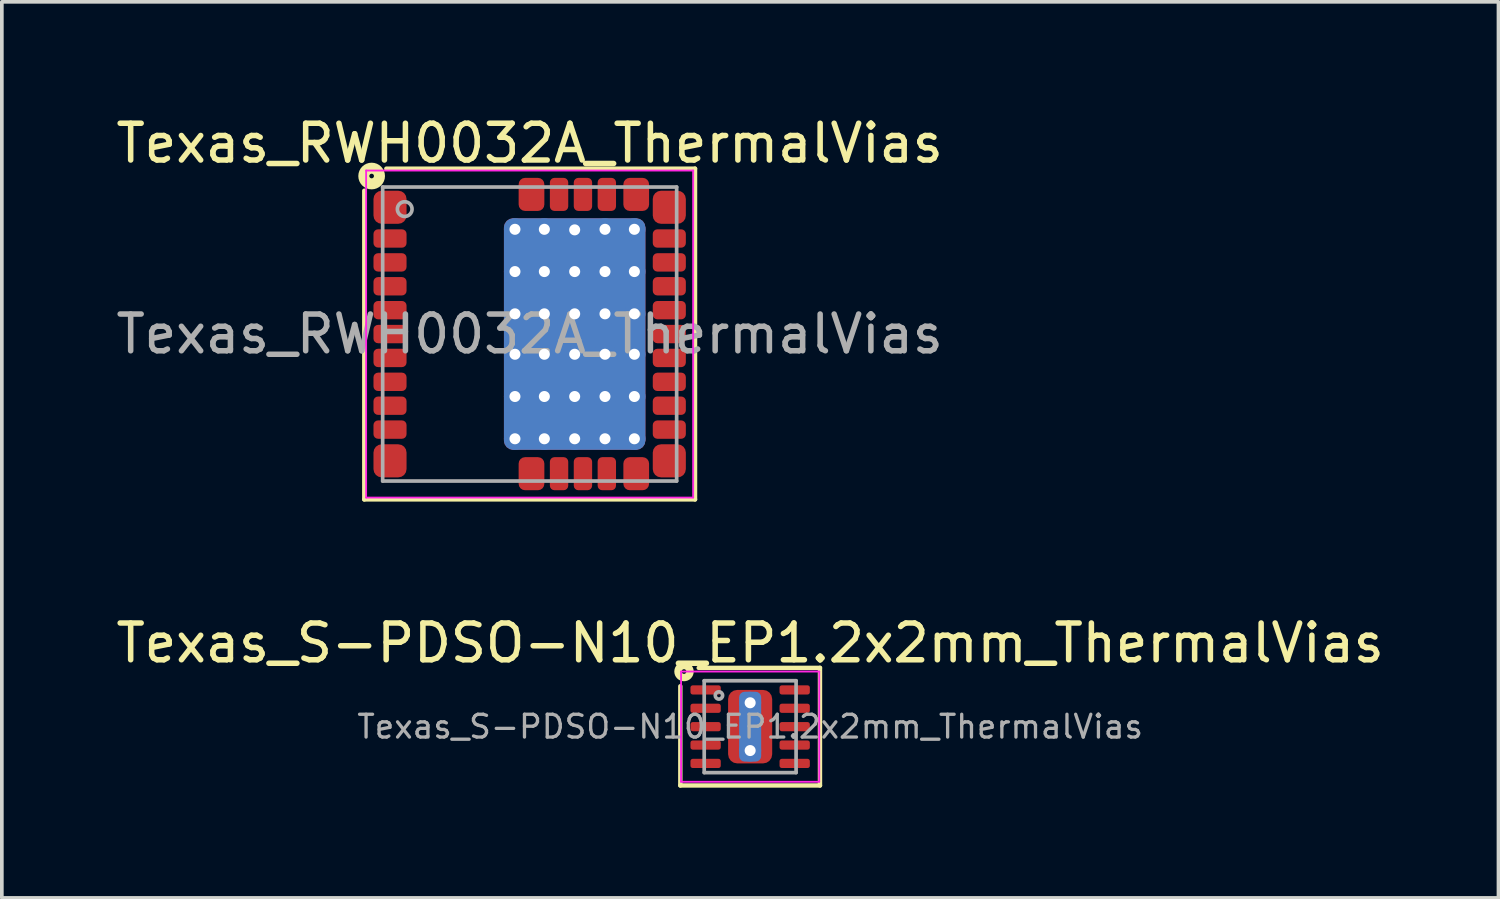
<source format=kicad_pcb>
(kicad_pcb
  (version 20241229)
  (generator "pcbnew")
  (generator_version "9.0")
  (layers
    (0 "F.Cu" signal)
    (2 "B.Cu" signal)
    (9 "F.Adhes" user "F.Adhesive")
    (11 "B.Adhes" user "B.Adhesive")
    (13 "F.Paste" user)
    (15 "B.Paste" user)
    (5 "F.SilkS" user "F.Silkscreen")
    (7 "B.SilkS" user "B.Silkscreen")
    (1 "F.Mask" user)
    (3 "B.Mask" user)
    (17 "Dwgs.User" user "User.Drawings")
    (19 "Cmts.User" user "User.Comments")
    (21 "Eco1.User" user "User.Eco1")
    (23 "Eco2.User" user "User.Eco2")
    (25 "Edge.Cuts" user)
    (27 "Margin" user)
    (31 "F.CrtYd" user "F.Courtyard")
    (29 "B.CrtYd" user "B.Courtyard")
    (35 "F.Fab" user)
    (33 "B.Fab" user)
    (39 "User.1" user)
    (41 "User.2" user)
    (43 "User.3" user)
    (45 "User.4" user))
  (footprint "Texas_S-PDSO-N10_EP1.2x2mm_ThermalVias"
    (layer "F.Cu")
    (at 17.363 16.724)
    (property "Reference" "Texas_S-PDSO-N10_EP1.2x2mm_ThermalVias" (at 0 -2.276 0) (layer "F.SilkS") (effects (font (size 1 1) (thickness 0.15))))
    (attr smd)
    (fp_line (start -1.9 -1.1) (end -1.9 1.6) (stroke (width 0.12) (type solid)) (layer "F.SilkS"))
    (fp_line (start -1.9 1.6) (end 1.9 1.6) (stroke (width 0.12) (type solid)) (layer "F.SilkS"))
    (fp_line (start 1.9 -1.6) (end -1.4 -1.6) (stroke (width 0.12) (type solid)) (layer "F.SilkS"))
    (fp_line (start 1.9 1.6) (end 1.9 -1.6) (stroke (width 0.12) (type solid)) (layer "F.SilkS"))
    (fp_circle (center -1.8 -1.5) (end -1.736 -1.5) (stroke (width 0.2) (type solid)) (fill no) (layer "F.SilkS"))
    (fp_line (start -1.88 -1.5) (end -1.88 1.5) (stroke (width 0.05) (type solid)) (layer "F.CrtYd"))
    (fp_line (start -1.88 1.5) (end 1.88 1.5) (stroke (width 0.05) (type solid)) (layer "F.CrtYd"))
    (fp_line (start 1.88 -1.5) (end -1.88 -1.5) (stroke (width 0.05) (type solid)) (layer "F.CrtYd"))
    (fp_line (start 1.88 1.5) (end 1.88 -1.5) (stroke (width 0.05) (type solid)) (layer "F.CrtYd"))
    (fp_line (start -1.25 -1.25) (end 1.25 -1.25) (stroke (width 0.1) (type solid)) (layer "F.Fab"))
    (fp_line (start -1.25 1.25) (end -1.25 -1.25) (stroke (width 0.1) (type solid)) (layer "F.Fab"))
    (fp_line (start 1.25 -1.25) (end 1.25 1.25) (stroke (width 0.1) (type solid)) (layer "F.Fab"))
    (fp_line (start 1.25 1.25) (end -1.25 1.25) (stroke (width 0.1) (type solid)) (layer "F.Fab"))
    (fp_circle (center -0.85 -0.85) (end -0.75 -0.85) (stroke (width 0.1) (type solid)) (fill no) (layer "F.Fab"))
    (fp_text user "${REFERENCE}" (at 0 0 0) (layer "F.Fab") (effects (font (size 0.62 0.62) (thickness 0.09))))
    (pad "" smd roundrect (at -0.3 -0.5) (size 0.5 0.84) (layers "F.Paste") (roundrect_rratio 0.25))
    (pad "" smd roundrect (at -0.3 0.5) (size 0.5 0.84) (layers "F.Paste") (roundrect_rratio 0.25))
    (pad "" smd roundrect (at 0.3 -0.5) (size 0.5 0.84) (layers "F.Paste") (roundrect_rratio 0.25))
    (pad "" smd roundrect (at 0.3 0.5) (size 0.5 0.84) (layers "F.Paste") (roundrect_rratio 0.25))
    (pad "1" smd roundrect (at -1.212 -1) (size 0.825 0.25) (layers "F.Cu" "F.Mask" "F.Paste") (roundrect_rratio 0.25))
    (pad "2" smd roundrect (at -1.212 -0.5) (size 0.825 0.25) (layers "F.Cu" "F.Mask" "F.Paste") (roundrect_rratio 0.25))
    (pad "3" smd roundrect (at -1.212 0) (size 0.825 0.25) (layers "F.Cu" "F.Mask" "F.Paste") (roundrect_rratio 0.25))
    (pad "4" smd roundrect (at -1.212 0.5) (size 0.825 0.25) (layers "F.Cu" "F.Mask" "F.Paste") (roundrect_rratio 0.25))
    (pad "5" smd roundrect (at -1.212 1) (size 0.825 0.25) (layers "F.Cu" "F.Mask" "F.Paste") (roundrect_rratio 0.25))
    (pad "6" smd roundrect (at 1.212 1) (size 0.825 0.25) (layers "F.Cu" "F.Mask" "F.Paste") (roundrect_rratio 0.25))
    (pad "7" smd roundrect (at 1.212 0.5) (size 0.825 0.25) (layers "F.Cu" "F.Mask" "F.Paste") (roundrect_rratio 0.25))
    (pad "8" smd roundrect (at 1.212 0) (size 0.825 0.25) (layers "F.Cu" "F.Mask" "F.Paste") (roundrect_rratio 0.25))
    (pad "9" smd roundrect (at 1.212 -0.5) (size 0.825 0.25) (layers "F.Cu" "F.Mask" "F.Paste") (roundrect_rratio 0.25))
    (pad "10" smd roundrect (at 1.212 -1) (size 0.825 0.25) (layers "F.Cu" "F.Mask" "F.Paste") (roundrect_rratio 0.25))
    (pad "11" thru_hole circle (at 0 -0.65) (size 0.6 0.6) (drill 0.3) (property pad_prop_heatsink) (layers "*.Cu"))
    (pad "11" smd roundrect (at 0 0) (size 0.6 1.9) (layers "B.Cu" "B.Mask") (roundrect_rratio 0.25))
    (pad "11" smd roundrect (at 0 0) (size 1.2 2) (layers "F.Cu" "F.Mask") (roundrect_rratio 0.208))
    (pad "11" thru_hole circle (at 0 0.65) (size 0.6 0.6) (drill 0.3) (property pad_prop_heatsink) (layers "*.Cu")))
  (footprint "Texas_RWH0032A_ThermalVias"
    (layer "F.Cu")
    (at 11.363 6.04)
    (property "Reference" "Texas_RWH0032A_ThermalVias" (at 0 -5.191 0) (layer "F.SilkS") (effects (font (size 1 1) (thickness 0.15))))
    (attr smd)
    (fp_line (start -4.5 -3.9) (end -4.5 4.5) (stroke (width 0.12) (type solid)) (layer "F.SilkS"))
    (fp_line (start -4.5 4.5) (end 4.5 4.5) (stroke (width 0.12) (type solid)) (layer "F.SilkS"))
    (fp_line (start 4.5 -4.5) (end -3.9 -4.5) (stroke (width 0.12) (type solid)) (layer "F.SilkS"))
    (fp_line (start 4.5 4.5) (end 4.5 -4.5) (stroke (width 0.12) (type solid)) (layer "F.SilkS"))
    (fp_circle (center -4.3 -4.3) (end -4.237 -4.3) (stroke (width 0.3) (type solid)) (fill no) (layer "F.SilkS"))
    (fp_line (start -4.45 -4.45) (end 4.45 -4.45) (stroke (width 0.05) (type solid)) (layer "F.CrtYd"))
    (fp_line (start -4.45 4.45) (end -4.45 -4.45) (stroke (width 0.05) (type solid)) (layer "F.CrtYd"))
    (fp_line (start 4.45 -4.45) (end 4.45 4.45) (stroke (width 0.05) (type solid)) (layer "F.CrtYd"))
    (fp_line (start 4.45 4.45) (end -4.45 4.45) (stroke (width 0.05) (type solid)) (layer "F.CrtYd"))
    (fp_line (start -4 -4) (end 4 -4) (stroke (width 0.1) (type solid)) (layer "F.Fab"))
    (fp_line (start -4 4) (end -4 -4) (stroke (width 0.1) (type solid)) (layer "F.Fab"))
    (fp_line (start 4 -4) (end 4 4) (stroke (width 0.1) (type solid)) (layer "F.Fab"))
    (fp_line (start 4 4) (end -4 4) (stroke (width 0.1) (type solid)) (layer "F.Fab"))
    (fp_circle (center -3.4 -3.4) (end -3.2 -3.4) (stroke (width 0.1) (type solid)) (fill no) (layer "F.Fab"))
    (fp_text user "${REFERENCE}" (at 0 0 0) (layer "F.Fab") (effects (font (size 1 1) (thickness 0.15))))
    (pad "" smd roundrect (at 0.325 -2.38) (size 1.6 0.99) (layers "F.Paste") (roundrect_rratio 0.25))
    (pad "" smd roundrect (at 0.325 -1.19) (size 1.6 0.99) (layers "F.Paste") (roundrect_rratio 0.25))
    (pad "" smd roundrect (at 0.325 0) (size 1.6 0.99) (layers "F.Paste") (roundrect_rratio 0.25))
    (pad "" smd roundrect (at 0.325 1.19) (size 1.6 0.99) (layers "F.Paste") (roundrect_rratio 0.25))
    (pad "" smd roundrect (at 0.325 2.38) (size 1.6 0.99) (layers "F.Paste") (roundrect_rratio 0.25))
    (pad "" smd roundrect (at 2.125 -2.38) (size 1.6 0.99) (layers "F.Paste") (roundrect_rratio 0.25))
    (pad "" smd roundrect (at 2.125 -1.19) (size 1.6 0.99) (layers "F.Paste") (roundrect_rratio 0.25))
    (pad "" smd roundrect (at 2.125 0) (size 1.6 0.99) (layers "F.Paste") (roundrect_rratio 0.25))
    (pad "" smd roundrect (at 2.125 1.19) (size 1.6 0.99) (layers "F.Paste") (roundrect_rratio 0.25))
    (pad "" smd roundrect (at 2.125 2.38) (size 1.6 0.99) (layers "F.Paste") (roundrect_rratio 0.25))
    (pad "1" smd roundrect (at -3.8 -3.45) (size 0.9 0.9) (layers "F.Cu" "F.Mask" "F.Paste") (roundrect_rratio 0.25))
    (pad "2" smd roundrect (at -3.8 -2.6) (size 0.9 0.5) (layers "F.Cu" "F.Mask" "F.Paste") (roundrect_rratio 0.25))
    (pad "3" smd roundrect (at -3.8 -1.95) (size 0.9 0.5) (layers "F.Cu" "F.Mask" "F.Paste") (roundrect_rratio 0.25))
    (pad "4" smd roundrect (at -3.8 -1.3) (size 0.9 0.5) (layers "F.Cu" "F.Mask" "F.Paste") (roundrect_rratio 0.25))
    (pad "5" smd roundrect (at -3.8 -0.65) (size 0.9 0.5) (layers "F.Cu" "F.Mask" "F.Paste") (roundrect_rratio 0.25))
    (pad "6" smd roundrect (at -3.8 0) (size 0.9 0.5) (layers "F.Cu" "F.Mask" "F.Paste") (roundrect_rratio 0.25))
    (pad "7" smd roundrect (at -3.8 0.65) (size 0.9 0.5) (layers "F.Cu" "F.Mask" "F.Paste") (roundrect_rratio 0.25))
    (pad "8" smd roundrect (at -3.8 1.3) (size 0.9 0.5) (layers "F.Cu" "F.Mask" "F.Paste") (roundrect_rratio 0.25))
    (pad "9" smd roundrect (at -3.8 1.95) (size 0.9 0.5) (layers "F.Cu" "F.Mask" "F.Paste") (roundrect_rratio 0.25))
    (pad "10" smd roundrect (at -3.8 2.6) (size 0.9 0.5) (layers "F.Cu" "F.Mask" "F.Paste") (roundrect_rratio 0.25))
    (pad "11" smd roundrect (at -3.8 3.45) (size 0.9 0.9) (layers "F.Cu" "F.Mask" "F.Paste") (roundrect_rratio 0.25))
    (pad "12" smd roundrect (at 0.05 3.8) (size 0.7 0.9) (layers "F.Cu" "F.Mask" "F.Paste") (roundrect_rratio 0.25))
    (pad "13" smd roundrect (at 0.8 3.8) (size 0.5 0.9) (layers "F.Cu" "F.Mask" "F.Paste") (roundrect_rratio 0.25))
    (pad "14" smd roundrect (at 1.45 3.8) (size 0.5 0.9) (layers "F.Cu" "F.Mask" "F.Paste") (roundrect_rratio 0.25))
    (pad "15" smd roundrect (at 2.1 3.8) (size 0.5 0.9) (layers "F.Cu" "F.Mask" "F.Paste") (roundrect_rratio 0.25))
    (pad "16" smd roundrect (at 2.9 3.8) (size 0.7 0.9) (layers "F.Cu" "F.Mask" "F.Paste") (roundrect_rratio 0.25))
    (pad "17" smd roundrect (at 3.8 3.45) (size 0.9 0.9) (layers "F.Cu" "F.Mask" "F.Paste") (roundrect_rratio 0.25))
    (pad "18" smd roundrect (at 3.8 2.6) (size 0.9 0.5) (layers "F.Cu" "F.Mask" "F.Paste") (roundrect_rratio 0.25))
    (pad "19" smd roundrect (at 3.8 1.95) (size 0.9 0.5) (layers "F.Cu" "F.Mask" "F.Paste") (roundrect_rratio 0.25))
    (pad "20" smd roundrect (at 3.8 1.3) (size 0.9 0.5) (layers "F.Cu" "F.Mask" "F.Paste") (roundrect_rratio 0.25))
    (pad "21" smd roundrect (at 3.8 0.65) (size 0.9 0.5) (layers "F.Cu" "F.Mask" "F.Paste") (roundrect_rratio 0.25))
    (pad "22" smd roundrect (at 3.8 0) (size 0.9 0.5) (layers "F.Cu" "F.Mask" "F.Paste") (roundrect_rratio 0.25))
    (pad "23" smd roundrect (at 3.8 -0.65) (size 0.9 0.5) (layers "F.Cu" "F.Mask" "F.Paste") (roundrect_rratio 0.25))
    (pad "24" smd roundrect (at 3.8 -1.3) (size 0.9 0.5) (layers "F.Cu" "F.Mask" "F.Paste") (roundrect_rratio 0.25))
    (pad "25" smd roundrect (at 3.8 -1.95) (size 0.9 0.5) (layers "F.Cu" "F.Mask" "F.Paste") (roundrect_rratio 0.25))
    (pad "26" smd roundrect (at 3.8 -2.6) (size 0.9 0.5) (layers "F.Cu" "F.Mask" "F.Paste") (roundrect_rratio 0.25))
    (pad "27" smd roundrect (at 3.8 -3.45) (size 0.9 0.9) (layers "F.Cu" "F.Mask" "F.Paste") (roundrect_rratio 0.25))
    (pad "28" smd roundrect (at 2.9 -3.8) (size 0.7 0.9) (layers "F.Cu" "F.Mask" "F.Paste") (roundrect_rratio 0.25))
    (pad "29" smd roundrect (at 2.1 -3.8) (size 0.5 0.9) (layers "F.Cu" "F.Mask" "F.Paste") (roundrect_rratio 0.25))
    (pad "30" smd roundrect (at 1.45 -3.8) (size 0.5 0.9) (layers "F.Cu" "F.Mask" "F.Paste") (roundrect_rratio 0.25))
    (pad "31" smd roundrect (at 0.8 -3.8) (size 0.5 0.9) (layers "F.Cu" "F.Mask" "F.Paste") (roundrect_rratio 0.25))
    (pad "32" smd roundrect (at 0.05 -3.8) (size 0.7 0.9) (layers "F.Cu" "F.Mask" "F.Paste") (roundrect_rratio 0.25))
    (pad "33" thru_hole circle (at -0.4 -2.85) (size 0.6 0.6) (drill 0.3) (property pad_prop_heatsink) (layers "*.Cu"))
    (pad "33" thru_hole circle (at -0.4 -1.7) (size 0.6 0.6) (drill 0.3) (property pad_prop_heatsink) (layers "*.Cu"))
    (pad "33" thru_hole circle (at -0.4 -0.55) (size 0.6 0.6) (drill 0.3) (property pad_prop_heatsink) (layers "*.Cu"))
    (pad "33" thru_hole circle (at -0.4 0.55) (size 0.6 0.6) (drill 0.3) (property pad_prop_heatsink) (layers "*.Cu"))
    (pad "33" thru_hole circle (at -0.4 1.7) (size 0.6 0.6) (drill 0.3) (property pad_prop_heatsink) (layers "*.Cu"))
    (pad "33" thru_hole circle (at -0.4 2.85) (size 0.6 0.6) (drill 0.3) (property pad_prop_heatsink) (layers "*.Cu"))
    (pad "33" thru_hole circle (at 0.4 -2.85) (size 0.6 0.6) (drill 0.3) (property pad_prop_heatsink) (layers "*.Cu"))
    (pad "33" thru_hole circle (at 0.4 -1.7) (size 0.6 0.6) (drill 0.3) (property pad_prop_heatsink) (layers "*.Cu"))
    (pad "33" thru_hole circle (at 0.4 -0.55) (size 0.6 0.6) (drill 0.3) (property pad_prop_heatsink) (layers "*.Cu"))
    (pad "33" thru_hole circle (at 0.4 0.55) (size 0.6 0.6) (drill 0.3) (property pad_prop_heatsink) (layers "*.Cu"))
    (pad "33" thru_hole circle (at 0.4 1.7) (size 0.6 0.6) (drill 0.3) (property pad_prop_heatsink) (layers "*.Cu"))
    (pad "33" thru_hole circle (at 0.4 2.85) (size 0.6 0.6) (drill 0.3) (property pad_prop_heatsink) (layers "*.Cu"))
    (pad "33" thru_hole circle (at 1.225 -2.835) (size 0.6 0.6) (drill 0.3) (property pad_prop_heatsink) (layers "*.Cu"))
    (pad "33" thru_hole circle (at 1.225 -1.7) (size 0.6 0.6) (drill 0.3) (property pad_prop_heatsink) (layers "*.Cu"))
    (pad "33" thru_hole circle (at 1.225 -0.55) (size 0.6 0.6) (drill 0.3) (property pad_prop_heatsink) (layers "*.Cu"))
    (pad "33" smd roundrect (at 1.225 0) (size 3.85 6.3) (layers "F.Cu" "F.Mask") (roundrect_rratio 0.065))
    (pad "33" smd roundrect (at 1.225 0) (size 3.85 6.3) (layers "B.Cu" "B.Mask") (roundrect_rratio 0.065))
    (pad "33" thru_hole circle (at 1.225 0.55) (size 0.6 0.6) (drill 0.3) (property pad_prop_heatsink) (layers "*.Cu"))
    (pad "33" thru_hole circle (at 1.225 1.7) (size 0.6 0.6) (drill 0.3) (property pad_prop_heatsink) (layers "*.Cu"))
    (pad "33" thru_hole circle (at 1.225 2.85) (size 0.6 0.6) (drill 0.3) (property pad_prop_heatsink) (layers "*.Cu"))
    (pad "33" thru_hole circle (at 2.05 -2.85) (size 0.6 0.6) (drill 0.3) (property pad_prop_heatsink) (layers "*.Cu"))
    (pad "33" thru_hole circle (at 2.05 -1.7) (size 0.6 0.6) (drill 0.3) (property pad_prop_heatsink) (layers "*.Cu"))
    (pad "33" thru_hole circle (at 2.05 -0.55) (size 0.6 0.6) (drill 0.3) (property pad_prop_heatsink) (layers "*.Cu"))
    (pad "33" thru_hole circle (at 2.05 0.55) (size 0.6 0.6) (drill 0.3) (property pad_prop_heatsink) (layers "*.Cu"))
    (pad "33" thru_hole circle (at 2.05 1.7) (size 0.6 0.6) (drill 0.3) (property pad_prop_heatsink) (layers "*.Cu"))
    (pad "33" thru_hole circle (at 2.05 2.85) (size 0.6 0.6) (drill 0.3) (property pad_prop_heatsink) (layers "*.Cu"))
    (pad "33" thru_hole circle (at 2.85 -2.85) (size 0.6 0.6) (drill 0.3) (property pad_prop_heatsink) (layers "*.Cu"))
    (pad "33" thru_hole circle (at 2.85 -1.7) (size 0.6 0.6) (drill 0.3) (property pad_prop_heatsink) (layers "*.Cu"))
    (pad "33" thru_hole circle (at 2.85 -0.55) (size 0.6 0.6) (drill 0.3) (property pad_prop_heatsink) (layers "*.Cu"))
    (pad "33" thru_hole circle (at 2.85 0.55) (size 0.6 0.6) (drill 0.3) (property pad_prop_heatsink) (layers "*.Cu"))
    (pad "33" thru_hole circle (at 2.85 1.7) (size 0.6 0.6) (drill 0.3) (property pad_prop_heatsink) (layers "*.Cu"))
    (pad "33" thru_hole circle (at 2.85 2.85) (size 0.6 0.6) (drill 0.3) (property pad_prop_heatsink) (layers "*.Cu")))
  (gr_rect
    (start -3 -3)
    (end 37.726 21.384)
    (stroke (width 0.1) (type default))
    (fill no)
    (layer "Edge.Cuts")))
</source>
